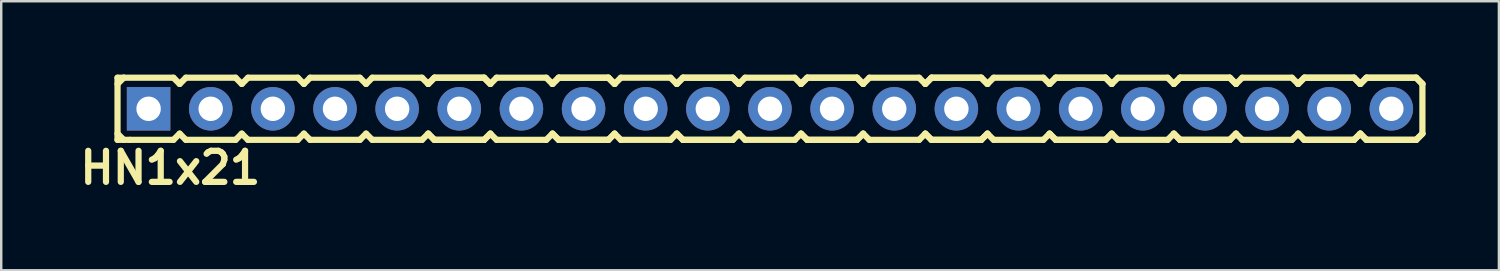
<source format=kicad_pcb>
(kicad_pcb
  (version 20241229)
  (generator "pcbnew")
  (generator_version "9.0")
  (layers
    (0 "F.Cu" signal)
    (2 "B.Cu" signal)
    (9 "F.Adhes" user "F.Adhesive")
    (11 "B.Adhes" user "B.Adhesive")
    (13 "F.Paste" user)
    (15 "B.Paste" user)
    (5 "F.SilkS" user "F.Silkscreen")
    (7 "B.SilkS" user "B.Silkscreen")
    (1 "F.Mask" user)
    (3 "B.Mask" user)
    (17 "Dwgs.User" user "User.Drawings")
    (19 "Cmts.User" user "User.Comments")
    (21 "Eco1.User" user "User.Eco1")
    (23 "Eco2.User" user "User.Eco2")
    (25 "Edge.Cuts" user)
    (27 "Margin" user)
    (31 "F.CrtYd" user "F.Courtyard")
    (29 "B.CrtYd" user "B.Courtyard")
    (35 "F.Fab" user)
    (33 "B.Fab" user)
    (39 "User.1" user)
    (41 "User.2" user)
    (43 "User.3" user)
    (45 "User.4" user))
  (footprint "HN1x21"
    (layer "F.Cu")
    (at 28.424 1.397)
    (property "Reference" "HN1x21" (at -24.511 2.413 0) (layer "F.SilkS") (effects (font (size 1.27 1.27) (thickness 0.254))))
    (attr through_hole)
    (fp_line (start -26.67 -1.27) (end -26.67 1.27) (stroke (width 0.254) (type solid)) (layer "F.SilkS"))
    (fp_line (start -26.67 -1.27) (end -26.416 -1.27) (stroke (width 0.254) (type solid)) (layer "F.SilkS"))
    (fp_line (start -26.67 -1.016) (end -26.416 -1.27) (stroke (width 0.254) (type solid)) (layer "F.SilkS"))
    (fp_line (start -26.416 -1.27) (end -24.384 -1.27) (stroke (width 0.254) (type solid)) (layer "F.SilkS"))
    (fp_line (start -26.416 1.27) (end -26.67 1.016) (stroke (width 0.254) (type solid)) (layer "F.SilkS"))
    (fp_line (start -26.162 1.27) (end -26.67 1.27) (stroke (width 0.254) (type solid)) (layer "F.SilkS"))
    (fp_line (start -24.384 -1.27) (end -24.13 -1.016) (stroke (width 0.254) (type solid)) (layer "F.SilkS"))
    (fp_line (start -24.384 1.27) (end -26.162 1.27) (stroke (width 0.254) (type solid)) (layer "F.SilkS"))
    (fp_line (start -24.13 -1.016) (end -23.876 -1.27) (stroke (width 0.254) (type solid)) (layer "F.SilkS"))
    (fp_line (start -24.13 1.016) (end -24.384 1.27) (stroke (width 0.254) (type solid)) (layer "F.SilkS"))
    (fp_line (start -23.876 -1.27) (end -21.844 -1.27) (stroke (width 0.254) (type solid)) (layer "F.SilkS"))
    (fp_line (start -23.876 1.27) (end -24.13 1.016) (stroke (width 0.254) (type solid)) (layer "F.SilkS"))
    (fp_line (start -21.844 -1.27) (end -21.59 -1.016) (stroke (width 0.254) (type solid)) (layer "F.SilkS"))
    (fp_line (start -21.844 1.27) (end -23.876 1.27) (stroke (width 0.254) (type solid)) (layer "F.SilkS"))
    (fp_line (start -21.844 1.27) (end -21.59 1.016) (stroke (width 0.254) (type solid)) (layer "F.SilkS"))
    (fp_line (start -21.59 -1.016) (end -21.336 -1.27) (stroke (width 0.254) (type solid)) (layer "F.SilkS"))
    (fp_line (start -21.59 1.016) (end -21.336 1.27) (stroke (width 0.254) (type solid)) (layer "F.SilkS"))
    (fp_line (start -21.336 -1.27) (end -19.304 -1.27) (stroke (width 0.254) (type solid)) (layer "F.SilkS"))
    (fp_line (start -19.304 -1.27) (end -19.05 -1.016) (stroke (width 0.254) (type solid)) (layer "F.SilkS"))
    (fp_line (start -19.304 1.27) (end -21.336 1.27) (stroke (width 0.254) (type solid)) (layer "F.SilkS"))
    (fp_line (start -19.05 -1.016) (end -18.796 -1.27) (stroke (width 0.254) (type solid)) (layer "F.SilkS"))
    (fp_line (start -19.05 1.016) (end -19.304 1.27) (stroke (width 0.254) (type solid)) (layer "F.SilkS"))
    (fp_line (start -18.796 -1.27) (end -16.764 -1.27) (stroke (width 0.254) (type solid)) (layer "F.SilkS"))
    (fp_line (start -18.796 1.27) (end -19.05 1.016) (stroke (width 0.254) (type solid)) (layer "F.SilkS"))
    (fp_line (start -16.764 -1.27) (end -16.51 -1.016) (stroke (width 0.254) (type solid)) (layer "F.SilkS"))
    (fp_line (start -16.764 1.27) (end -18.796 1.27) (stroke (width 0.254) (type solid)) (layer "F.SilkS"))
    (fp_line (start -16.51 -1.016) (end -16.256 -1.27) (stroke (width 0.254) (type solid)) (layer "F.SilkS"))
    (fp_line (start -16.51 1.016) (end -16.764 1.27) (stroke (width 0.254) (type solid)) (layer "F.SilkS"))
    (fp_line (start -16.256 -1.27) (end -14.224 -1.27) (stroke (width 0.254) (type solid)) (layer "F.SilkS"))
    (fp_line (start -16.256 1.27) (end -16.51 1.016) (stroke (width 0.254) (type solid)) (layer "F.SilkS"))
    (fp_line (start -14.224 -1.27) (end -13.97 -1.016) (stroke (width 0.254) (type solid)) (layer "F.SilkS"))
    (fp_line (start -14.224 1.27) (end -16.256 1.27) (stroke (width 0.254) (type solid)) (layer "F.SilkS"))
    (fp_line (start -13.97 -1.016) (end -13.716 -1.27) (stroke (width 0.254) (type solid)) (layer "F.SilkS"))
    (fp_line (start -13.97 -1.016) (end -13.716 -1.27) (stroke (width 0.254) (type solid)) (layer "F.SilkS"))
    (fp_line (start -13.97 1.016) (end -14.224 1.27) (stroke (width 0.254) (type solid)) (layer "F.SilkS"))
    (fp_line (start -13.716 -1.27) (end -11.684 -1.27) (stroke (width 0.254) (type solid)) (layer "F.SilkS"))
    (fp_line (start -13.716 -1.27) (end -11.684 -1.27) (stroke (width 0.254) (type solid)) (layer "F.SilkS"))
    (fp_line (start -13.716 1.27) (end -13.97 1.016) (stroke (width 0.254) (type solid)) (layer "F.SilkS"))
    (fp_line (start -13.716 1.27) (end -13.97 1.016) (stroke (width 0.254) (type solid)) (layer "F.SilkS"))
    (fp_line (start -11.684 -1.27) (end -11.43 -1.016) (stroke (width 0.254) (type solid)) (layer "F.SilkS"))
    (fp_line (start -11.684 -1.27) (end -11.43 -1.016) (stroke (width 0.254) (type solid)) (layer "F.SilkS"))
    (fp_line (start -11.684 1.27) (end -13.716 1.27) (stroke (width 0.254) (type solid)) (layer "F.SilkS"))
    (fp_line (start -11.684 1.27) (end -13.716 1.27) (stroke (width 0.254) (type solid)) (layer "F.SilkS"))
    (fp_line (start -11.43 -1.016) (end -11.176 -1.27) (stroke (width 0.254) (type solid)) (layer "F.SilkS"))
    (fp_line (start -11.43 1.016) (end -11.684 1.27) (stroke (width 0.254) (type solid)) (layer "F.SilkS"))
    (fp_line (start -11.43 1.016) (end -11.684 1.27) (stroke (width 0.254) (type solid)) (layer "F.SilkS"))
    (fp_line (start -11.176 -1.27) (end -9.144 -1.27) (stroke (width 0.254) (type solid)) (layer "F.SilkS"))
    (fp_line (start -11.176 1.27) (end -11.43 1.016) (stroke (width 0.254) (type solid)) (layer "F.SilkS"))
    (fp_line (start -9.144 -1.27) (end -8.89 -1.016) (stroke (width 0.254) (type solid)) (layer "F.SilkS"))
    (fp_line (start -9.144 1.27) (end -11.176 1.27) (stroke (width 0.254) (type solid)) (layer "F.SilkS"))
    (fp_line (start -8.89 -1.016) (end -8.636 -1.27) (stroke (width 0.254) (type solid)) (layer "F.SilkS"))
    (fp_line (start -8.89 -1.016) (end -8.636 -1.27) (stroke (width 0.254) (type solid)) (layer "F.SilkS"))
    (fp_line (start -8.89 1.016) (end -9.144 1.27) (stroke (width 0.254) (type solid)) (layer "F.SilkS"))
    (fp_line (start -8.636 -1.27) (end -6.604 -1.27) (stroke (width 0.254) (type solid)) (layer "F.SilkS"))
    (fp_line (start -8.636 -1.27) (end -6.604 -1.27) (stroke (width 0.254) (type solid)) (layer "F.SilkS"))
    (fp_line (start -8.636 1.27) (end -8.89 1.016) (stroke (width 0.254) (type solid)) (layer "F.SilkS"))
    (fp_line (start -8.636 1.27) (end -8.89 1.016) (stroke (width 0.254) (type solid)) (layer "F.SilkS"))
    (fp_line (start -6.604 -1.27) (end -6.35 -1.016) (stroke (width 0.254) (type solid)) (layer "F.SilkS"))
    (fp_line (start -6.604 -1.27) (end -6.35 -1.016) (stroke (width 0.254) (type solid)) (layer "F.SilkS"))
    (fp_line (start -6.604 1.27) (end -8.636 1.27) (stroke (width 0.254) (type solid)) (layer "F.SilkS"))
    (fp_line (start -6.604 1.27) (end -8.636 1.27) (stroke (width 0.254) (type solid)) (layer "F.SilkS"))
    (fp_line (start -6.35 -1.016) (end -6.096 -1.27) (stroke (width 0.254) (type solid)) (layer "F.SilkS"))
    (fp_line (start -6.35 1.016) (end -6.604 1.27) (stroke (width 0.254) (type solid)) (layer "F.SilkS"))
    (fp_line (start -6.35 1.016) (end -6.604 1.27) (stroke (width 0.254) (type solid)) (layer "F.SilkS"))
    (fp_line (start -6.096 -1.27) (end -4.064 -1.27) (stroke (width 0.254) (type solid)) (layer "F.SilkS"))
    (fp_line (start -6.096 1.27) (end -6.35 1.016) (stroke (width 0.254) (type solid)) (layer "F.SilkS"))
    (fp_line (start -4.064 -1.27) (end -3.81 -1.016) (stroke (width 0.254) (type solid)) (layer "F.SilkS"))
    (fp_line (start -4.064 1.27) (end -6.096 1.27) (stroke (width 0.254) (type solid)) (layer "F.SilkS"))
    (fp_line (start -3.81 -1.016) (end -3.556 -1.27) (stroke (width 0.254) (type solid)) (layer "F.SilkS"))
    (fp_line (start -3.81 -1.016) (end -3.556 -1.27) (stroke (width 0.254) (type solid)) (layer "F.SilkS"))
    (fp_line (start -3.81 1.016) (end -4.064 1.27) (stroke (width 0.254) (type solid)) (layer "F.SilkS"))
    (fp_line (start -3.556 -1.27) (end -1.524 -1.27) (stroke (width 0.254) (type solid)) (layer "F.SilkS"))
    (fp_line (start -3.556 -1.27) (end -1.524 -1.27) (stroke (width 0.254) (type solid)) (layer "F.SilkS"))
    (fp_line (start -3.556 1.27) (end -3.81 1.016) (stroke (width 0.254) (type solid)) (layer "F.SilkS"))
    (fp_line (start -3.556 1.27) (end -3.81 1.016) (stroke (width 0.254) (type solid)) (layer "F.SilkS"))
    (fp_line (start -1.524 -1.27) (end -1.27 -1.016) (stroke (width 0.254) (type solid)) (layer "F.SilkS"))
    (fp_line (start -1.524 -1.27) (end -1.27 -1.016) (stroke (width 0.254) (type solid)) (layer "F.SilkS"))
    (fp_line (start -1.524 1.27) (end -3.556 1.27) (stroke (width 0.254) (type solid)) (layer "F.SilkS"))
    (fp_line (start -1.524 1.27) (end -3.556 1.27) (stroke (width 0.254) (type solid)) (layer "F.SilkS"))
    (fp_line (start -1.27 -1.016) (end -1.016 -1.27) (stroke (width 0.254) (type solid)) (layer "F.SilkS"))
    (fp_line (start -1.27 1.016) (end -1.524 1.27) (stroke (width 0.254) (type solid)) (layer "F.SilkS"))
    (fp_line (start -1.27 1.016) (end -1.524 1.27) (stroke (width 0.254) (type solid)) (layer "F.SilkS"))
    (fp_line (start -1.016 -1.27) (end 1.016 -1.27) (stroke (width 0.254) (type solid)) (layer "F.SilkS"))
    (fp_line (start -1.016 1.27) (end -1.27 1.016) (stroke (width 0.254) (type solid)) (layer "F.SilkS"))
    (fp_line (start 1.016 -1.27) (end 1.27 -1.016) (stroke (width 0.254) (type solid)) (layer "F.SilkS"))
    (fp_line (start 1.016 1.27) (end -1.016 1.27) (stroke (width 0.254) (type solid)) (layer "F.SilkS"))
    (fp_line (start 1.27 -1.016) (end 1.524 -1.27) (stroke (width 0.254) (type solid)) (layer "F.SilkS"))
    (fp_line (start 1.27 -1.016) (end 1.524 -1.27) (stroke (width 0.254) (type solid)) (layer "F.SilkS"))
    (fp_line (start 1.27 1.016) (end 1.016 1.27) (stroke (width 0.254) (type solid)) (layer "F.SilkS"))
    (fp_line (start 1.524 -1.27) (end 3.556 -1.27) (stroke (width 0.254) (type solid)) (layer "F.SilkS"))
    (fp_line (start 1.524 -1.27) (end 3.556 -1.27) (stroke (width 0.254) (type solid)) (layer "F.SilkS"))
    (fp_line (start 1.524 1.27) (end 1.27 1.016) (stroke (width 0.254) (type solid)) (layer "F.SilkS"))
    (fp_line (start 1.524 1.27) (end 1.27 1.016) (stroke (width 0.254) (type solid)) (layer "F.SilkS"))
    (fp_line (start 3.556 -1.27) (end 3.81 -1.016) (stroke (width 0.254) (type solid)) (layer "F.SilkS"))
    (fp_line (start 3.556 -1.27) (end 3.81 -1.016) (stroke (width 0.254) (type solid)) (layer "F.SilkS"))
    (fp_line (start 3.556 1.27) (end 1.524 1.27) (stroke (width 0.254) (type solid)) (layer "F.SilkS"))
    (fp_line (start 3.556 1.27) (end 1.524 1.27) (stroke (width 0.254) (type solid)) (layer "F.SilkS"))
    (fp_line (start 3.81 -1.016) (end 4.064 -1.27) (stroke (width 0.254) (type solid)) (layer "F.SilkS"))
    (fp_line (start 3.81 1.016) (end 3.556 1.27) (stroke (width 0.254) (type solid)) (layer "F.SilkS"))
    (fp_line (start 3.81 1.016) (end 3.556 1.27) (stroke (width 0.254) (type solid)) (layer "F.SilkS"))
    (fp_line (start 4.064 -1.27) (end 6.096 -1.27) (stroke (width 0.254) (type solid)) (layer "F.SilkS"))
    (fp_line (start 4.064 1.27) (end 3.81 1.016) (stroke (width 0.254) (type solid)) (layer "F.SilkS"))
    (fp_line (start 6.096 -1.27) (end 6.35 -1.016) (stroke (width 0.254) (type solid)) (layer "F.SilkS"))
    (fp_line (start 6.096 1.27) (end 4.064 1.27) (stroke (width 0.254) (type solid)) (layer "F.SilkS"))
    (fp_line (start 6.35 -1.016) (end 6.604 -1.27) (stroke (width 0.254) (type solid)) (layer "F.SilkS"))
    (fp_line (start 6.35 -1.016) (end 6.604 -1.27) (stroke (width 0.254) (type solid)) (layer "F.SilkS"))
    (fp_line (start 6.35 1.016) (end 6.096 1.27) (stroke (width 0.254) (type solid)) (layer "F.SilkS"))
    (fp_line (start 6.604 -1.27) (end 8.636 -1.27) (stroke (width 0.254) (type solid)) (layer "F.SilkS"))
    (fp_line (start 6.604 -1.27) (end 8.636 -1.27) (stroke (width 0.254) (type solid)) (layer "F.SilkS"))
    (fp_line (start 6.604 1.27) (end 6.35 1.016) (stroke (width 0.254) (type solid)) (layer "F.SilkS"))
    (fp_line (start 6.604 1.27) (end 6.35 1.016) (stroke (width 0.254) (type solid)) (layer "F.SilkS"))
    (fp_line (start 8.636 -1.27) (end 8.89 -1.016) (stroke (width 0.254) (type solid)) (layer "F.SilkS"))
    (fp_line (start 8.636 -1.27) (end 8.89 -1.016) (stroke (width 0.254) (type solid)) (layer "F.SilkS"))
    (fp_line (start 8.636 1.27) (end 6.604 1.27) (stroke (width 0.254) (type solid)) (layer "F.SilkS"))
    (fp_line (start 8.636 1.27) (end 6.604 1.27) (stroke (width 0.254) (type solid)) (layer "F.SilkS"))
    (fp_line (start 8.89 -1.016) (end 9.144 -1.27) (stroke (width 0.254) (type solid)) (layer "F.SilkS"))
    (fp_line (start 8.89 1.016) (end 8.636 1.27) (stroke (width 0.254) (type solid)) (layer "F.SilkS"))
    (fp_line (start 8.89 1.016) (end 8.636 1.27) (stroke (width 0.254) (type solid)) (layer "F.SilkS"))
    (fp_line (start 9.144 -1.27) (end 11.176 -1.27) (stroke (width 0.254) (type solid)) (layer "F.SilkS"))
    (fp_line (start 9.144 1.27) (end 8.89 1.016) (stroke (width 0.254) (type solid)) (layer "F.SilkS"))
    (fp_line (start 11.176 -1.27) (end 11.43 -1.016) (stroke (width 0.254) (type solid)) (layer "F.SilkS"))
    (fp_line (start 11.176 1.27) (end 9.144 1.27) (stroke (width 0.254) (type solid)) (layer "F.SilkS"))
    (fp_line (start 11.43 -1.016) (end 11.684 -1.27) (stroke (width 0.254) (type solid)) (layer "F.SilkS"))
    (fp_line (start 11.43 -1.016) (end 11.684 -1.27) (stroke (width 0.254) (type solid)) (layer "F.SilkS"))
    (fp_line (start 11.43 1.016) (end 11.176 1.27) (stroke (width 0.254) (type solid)) (layer "F.SilkS"))
    (fp_line (start 11.684 -1.27) (end 13.716 -1.27) (stroke (width 0.254) (type solid)) (layer "F.SilkS"))
    (fp_line (start 11.684 -1.27) (end 13.716 -1.27) (stroke (width 0.254) (type solid)) (layer "F.SilkS"))
    (fp_line (start 11.684 1.27) (end 11.43 1.016) (stroke (width 0.254) (type solid)) (layer "F.SilkS"))
    (fp_line (start 11.684 1.27) (end 11.43 1.016) (stroke (width 0.254) (type solid)) (layer "F.SilkS"))
    (fp_line (start 13.716 -1.27) (end 13.97 -1.016) (stroke (width 0.254) (type solid)) (layer "F.SilkS"))
    (fp_line (start 13.716 -1.27) (end 13.97 -1.016) (stroke (width 0.254) (type solid)) (layer "F.SilkS"))
    (fp_line (start 13.716 1.27) (end 11.684 1.27) (stroke (width 0.254) (type solid)) (layer "F.SilkS"))
    (fp_line (start 13.716 1.27) (end 11.684 1.27) (stroke (width 0.254) (type solid)) (layer "F.SilkS"))
    (fp_line (start 13.97 -1.016) (end 14.224 -1.27) (stroke (width 0.254) (type solid)) (layer "F.SilkS"))
    (fp_line (start 13.97 1.016) (end 13.716 1.27) (stroke (width 0.254) (type solid)) (layer "F.SilkS"))
    (fp_line (start 13.97 1.016) (end 13.716 1.27) (stroke (width 0.254) (type solid)) (layer "F.SilkS"))
    (fp_line (start 14.224 -1.27) (end 16.256 -1.27) (stroke (width 0.254) (type solid)) (layer "F.SilkS"))
    (fp_line (start 14.224 1.27) (end 13.97 1.016) (stroke (width 0.254) (type solid)) (layer "F.SilkS"))
    (fp_line (start 16.256 -1.27) (end 16.51 -1.016) (stroke (width 0.254) (type solid)) (layer "F.SilkS"))
    (fp_line (start 16.256 1.27) (end 14.224 1.27) (stroke (width 0.254) (type solid)) (layer "F.SilkS"))
    (fp_line (start 16.51 -1.016) (end 16.764 -1.27) (stroke (width 0.254) (type solid)) (layer "F.SilkS"))
    (fp_line (start 16.51 -1.016) (end 16.764 -1.27) (stroke (width 0.254) (type solid)) (layer "F.SilkS"))
    (fp_line (start 16.51 1.016) (end 16.256 1.27) (stroke (width 0.254) (type solid)) (layer "F.SilkS"))
    (fp_line (start 16.764 -1.27) (end 18.796 -1.27) (stroke (width 0.254) (type solid)) (layer "F.SilkS"))
    (fp_line (start 16.764 -1.27) (end 18.796 -1.27) (stroke (width 0.254) (type solid)) (layer "F.SilkS"))
    (fp_line (start 16.764 1.27) (end 16.51 1.016) (stroke (width 0.254) (type solid)) (layer "F.SilkS"))
    (fp_line (start 16.764 1.27) (end 16.51 1.016) (stroke (width 0.254) (type solid)) (layer "F.SilkS"))
    (fp_line (start 18.796 -1.27) (end 19.05 -1.016) (stroke (width 0.254) (type solid)) (layer "F.SilkS"))
    (fp_line (start 18.796 -1.27) (end 19.05 -1.016) (stroke (width 0.254) (type solid)) (layer "F.SilkS"))
    (fp_line (start 18.796 1.27) (end 16.764 1.27) (stroke (width 0.254) (type solid)) (layer "F.SilkS"))
    (fp_line (start 18.796 1.27) (end 16.764 1.27) (stroke (width 0.254) (type solid)) (layer "F.SilkS"))
    (fp_line (start 19.05 -1.016) (end 19.304 -1.27) (stroke (width 0.254) (type solid)) (layer "F.SilkS"))
    (fp_line (start 19.05 1.016) (end 18.796 1.27) (stroke (width 0.254) (type solid)) (layer "F.SilkS"))
    (fp_line (start 19.05 1.016) (end 18.796 1.27) (stroke (width 0.254) (type solid)) (layer "F.SilkS"))
    (fp_line (start 19.304 -1.27) (end 21.336 -1.27) (stroke (width 0.254) (type solid)) (layer "F.SilkS"))
    (fp_line (start 19.304 1.27) (end 19.05 1.016) (stroke (width 0.254) (type solid)) (layer "F.SilkS"))
    (fp_line (start 21.336 -1.27) (end 21.59 -1.016) (stroke (width 0.254) (type solid)) (layer "F.SilkS"))
    (fp_line (start 21.336 1.27) (end 19.304 1.27) (stroke (width 0.254) (type solid)) (layer "F.SilkS"))
    (fp_line (start 21.59 -1.016) (end 21.844 -1.27) (stroke (width 0.254) (type solid)) (layer "F.SilkS"))
    (fp_line (start 21.59 -1.016) (end 21.844 -1.27) (stroke (width 0.254) (type solid)) (layer "F.SilkS"))
    (fp_line (start 21.59 1.016) (end 21.336 1.27) (stroke (width 0.254) (type solid)) (layer "F.SilkS"))
    (fp_line (start 21.844 -1.27) (end 23.876 -1.27) (stroke (width 0.254) (type solid)) (layer "F.SilkS"))
    (fp_line (start 21.844 -1.27) (end 23.876 -1.27) (stroke (width 0.254) (type solid)) (layer "F.SilkS"))
    (fp_line (start 21.844 1.27) (end 21.59 1.016) (stroke (width 0.254) (type solid)) (layer "F.SilkS"))
    (fp_line (start 21.844 1.27) (end 21.59 1.016) (stroke (width 0.254) (type solid)) (layer "F.SilkS"))
    (fp_line (start 23.876 -1.27) (end 24.13 -1.016) (stroke (width 0.254) (type solid)) (layer "F.SilkS"))
    (fp_line (start 23.876 -1.27) (end 24.13 -1.016) (stroke (width 0.254) (type solid)) (layer "F.SilkS"))
    (fp_line (start 23.876 1.27) (end 21.844 1.27) (stroke (width 0.254) (type solid)) (layer "F.SilkS"))
    (fp_line (start 23.876 1.27) (end 21.844 1.27) (stroke (width 0.254) (type solid)) (layer "F.SilkS"))
    (fp_line (start 24.13 -1.016) (end 24.384 -1.27) (stroke (width 0.254) (type solid)) (layer "F.SilkS"))
    (fp_line (start 24.13 -1.016) (end 24.384 -1.27) (stroke (width 0.254) (type solid)) (layer "F.SilkS"))
    (fp_line (start 24.13 1.016) (end 23.876 1.27) (stroke (width 0.254) (type solid)) (layer "F.SilkS"))
    (fp_line (start 24.13 1.016) (end 23.876 1.27) (stroke (width 0.254) (type solid)) (layer "F.SilkS"))
    (fp_line (start 24.384 -1.27) (end 26.416 -1.27) (stroke (width 0.254) (type solid)) (layer "F.SilkS"))
    (fp_line (start 24.384 -1.27) (end 26.416 -1.27) (stroke (width 0.254) (type solid)) (layer "F.SilkS"))
    (fp_line (start 24.384 1.27) (end 24.13 1.016) (stroke (width 0.254) (type solid)) (layer "F.SilkS"))
    (fp_line (start 24.384 1.27) (end 24.13 1.016) (stroke (width 0.254) (type solid)) (layer "F.SilkS"))
    (fp_line (start 26.416 -1.27) (end 26.67 -1.016) (stroke (width 0.254) (type solid)) (layer "F.SilkS"))
    (fp_line (start 26.416 -1.27) (end 26.67 -1.016) (stroke (width 0.254) (type solid)) (layer "F.SilkS"))
    (fp_line (start 26.416 1.27) (end 24.384 1.27) (stroke (width 0.254) (type solid)) (layer "F.SilkS"))
    (fp_line (start 26.416 1.27) (end 24.384 1.27) (stroke (width 0.254) (type solid)) (layer "F.SilkS"))
    (fp_line (start 26.67 -1.016) (end 26.67 1.016) (stroke (width 0.254) (type solid)) (layer "F.SilkS"))
    (fp_line (start 26.67 1.016) (end 26.416 1.27) (stroke (width 0.254) (type solid)) (layer "F.SilkS"))
    (fp_line (start 26.67 1.016) (end 26.416 1.27) (stroke (width 0.254) (type solid)) (layer "F.SilkS"))
    (pad "1" thru_hole rect (at -25.4 0) (size 1.778 1.778) (drill 1) (layers "*.Cu" "*.Mask"))
    (pad "2" thru_hole circle (at -22.86 0) (size 1.778 1.778) (drill 1) (layers "*.Cu" "*.Mask"))
    (pad "3" thru_hole circle (at -20.32 0) (size 1.778 1.778) (drill 1) (layers "*.Cu" "*.Mask"))
    (pad "4" thru_hole circle (at -17.78 0) (size 1.778 1.778) (drill 1) (layers "*.Cu" "*.Mask"))
    (pad "5" thru_hole circle (at -15.24 0) (size 1.778 1.778) (drill 1) (layers "*.Cu" "*.Mask"))
    (pad "6" thru_hole circle (at -12.7 0) (size 1.778 1.778) (drill 1) (layers "*.Cu" "*.Mask"))
    (pad "7" thru_hole circle (at -10.16 0) (size 1.778 1.778) (drill 1) (layers "*.Cu" "*.Mask"))
    (pad "8" thru_hole circle (at -7.62 0) (size 1.778 1.778) (drill 1) (layers "*.Cu" "*.Mask"))
    (pad "9" thru_hole circle (at -5.08 0) (size 1.778 1.778) (drill 1) (layers "*.Cu" "*.Mask"))
    (pad "10" thru_hole circle (at -2.54 0) (size 1.778 1.778) (drill 1) (layers "*.Cu" "*.Mask"))
    (pad "11" thru_hole circle (at 0 0) (size 1.778 1.778) (drill 1) (layers "*.Cu" "*.Mask"))
    (pad "12" thru_hole circle (at 2.54 0) (size 1.778 1.778) (drill 1) (layers "*.Cu" "*.Mask"))
    (pad "13" thru_hole circle (at 5.08 0) (size 1.778 1.778) (drill 1) (layers "*.Cu" "*.Mask"))
    (pad "14" thru_hole circle (at 7.62 0) (size 1.778 1.778) (drill 1) (layers "*.Cu" "*.Mask"))
    (pad "15" thru_hole circle (at 10.16 0) (size 1.778 1.778) (drill 1) (layers "*.Cu" "*.Mask"))
    (pad "16" thru_hole circle (at 12.7 0) (size 1.778 1.778) (drill 1) (layers "*.Cu" "*.Mask"))
    (pad "17" thru_hole circle (at 15.24 0) (size 1.778 1.778) (drill 1) (layers "*.Cu" "*.Mask"))
    (pad "18" thru_hole circle (at 17.78 0) (size 1.778 1.778) (drill 1) (layers "*.Cu" "*.Mask"))
    (pad "19" thru_hole circle (at 20.32 0) (size 1.778 1.778) (drill 1) (layers "*.Cu" "*.Mask"))
    (pad "20" thru_hole circle (at 22.86 0) (size 1.778 1.778) (drill 1) (layers "*.Cu" "*.Mask"))
    (pad "21" thru_hole circle (at 25.4 0) (size 1.778 1.778) (drill 1) (layers "*.Cu" "*.Mask")))
  (gr_rect
    (start -3 -3)
    (end 58.221 7.999)
    (stroke (width 0.1) (type default))
    (fill no)
    (layer "Edge.Cuts")))
</source>
